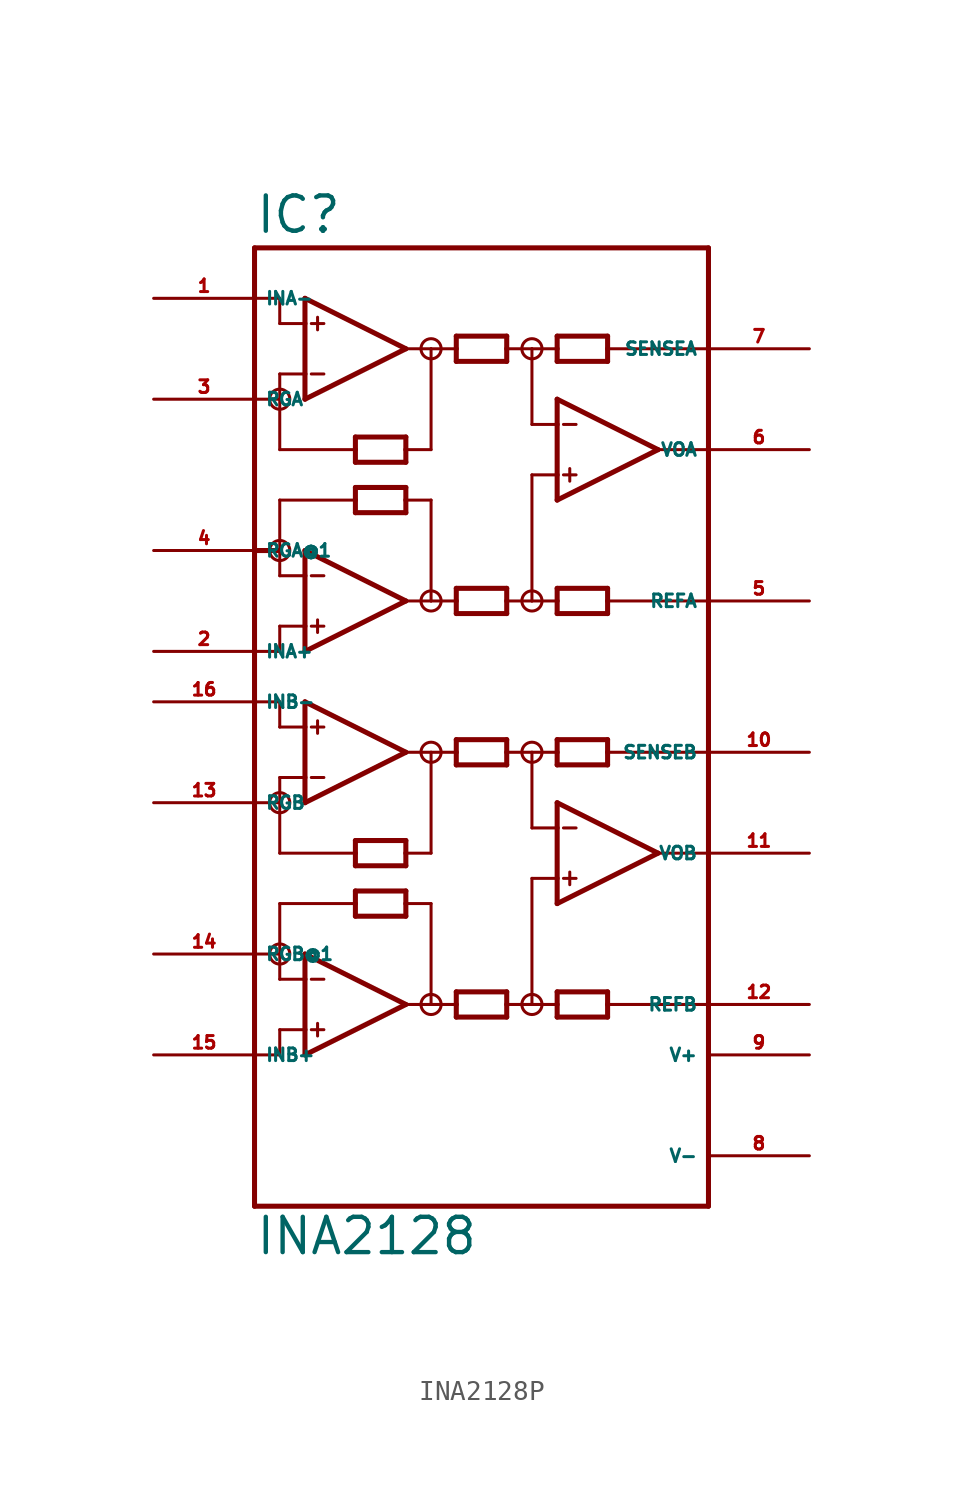
<source format=kicad_sym>
(kicad_symbol_lib
  (version 20220914)
  (generator Eagle2Kicad)
  (symbol "INA2128P"
    (property "Reference" "IC"
      (at -12.7 26.035 0)
      (effects (font (size 1.778 1.778) (thickness 0.22)) (justify left bottom)))
    (property "Value" "INA2128"
      (at -12.7 -25.4 0)
      (effects (font (size 1.778 1.778) (thickness 0.22)) (justify left bottom)))
    (polyline
      (pts (xy -10.16 17.78) (xy -10.16 19.05))
      (stroke (width 0.254) (type default))
      (fill (type none)))
    (polyline
      (pts (xy -10.16 19.05) (xy -10.16 21.59))
      (stroke (width 0.254) (type default))
      (fill (type none)))
    (polyline
      (pts (xy -10.16 21.59) (xy -10.16 22.86))
      (stroke (width 0.254) (type default))
      (fill (type none)))
    (polyline
      (pts (xy -10.16 22.86) (xy -5.08 20.32))
      (stroke (width 0.254) (type default))
      (fill (type none)))
    (polyline
      (pts (xy -5.08 20.32) (xy -10.16 17.78))
      (stroke (width 0.254) (type default))
      (fill (type none)))
    (polyline
      (pts (xy -5.08 14.605) (xy -5.08 15.24))
      (stroke (width 0.254) (type default))
      (fill (type none)))
    (polyline
      (pts (xy -5.08 15.24) (xy -5.08 15.875))
      (stroke (width 0.254) (type default))
      (fill (type none)))
    (polyline
      (pts (xy -5.08 15.875) (xy -7.62 15.875))
      (stroke (width 0.254) (type default))
      (fill (type none)))
    (polyline
      (pts (xy -7.62 15.875) (xy -7.62 15.24))
      (stroke (width 0.254) (type default))
      (fill (type none)))
    (polyline
      (pts (xy -7.62 15.24) (xy -7.62 14.605))
      (stroke (width 0.254) (type default))
      (fill (type none)))
    (polyline
      (pts (xy -7.62 14.605) (xy -5.08 14.605))
      (stroke (width 0.254) (type default))
      (fill (type none)))
    (polyline
      (pts (xy -2.54 19.685) (xy -2.54 20.32))
      (stroke (width 0.254) (type default))
      (fill (type none)))
    (polyline
      (pts (xy -2.54 20.32) (xy -2.54 20.955))
      (stroke (width 0.254) (type default))
      (fill (type none)))
    (polyline
      (pts (xy -2.54 20.955) (xy 0 20.955))
      (stroke (width 0.254) (type default))
      (fill (type none)))
    (polyline
      (pts (xy 0 20.955) (xy 0 20.32))
      (stroke (width 0.254) (type default))
      (fill (type none)))
    (polyline
      (pts (xy 0 20.32) (xy 0 19.685))
      (stroke (width 0.254) (type default))
      (fill (type none)))
    (polyline
      (pts (xy 0 19.685) (xy -2.54 19.685))
      (stroke (width 0.254) (type default))
      (fill (type none)))
    (polyline
      (pts (xy -10.16 21.59) (xy -11.43 21.59))
      (stroke (width 0.152) (type default))
      (fill (type none)))
    (polyline
      (pts (xy 5.08 20.955) (xy 5.08 20.32))
      (stroke (width 0.254) (type default))
      (fill (type none)))
    (polyline
      (pts (xy 5.08 20.32) (xy 5.08 19.685))
      (stroke (width 0.254) (type default))
      (fill (type none)))
    (polyline
      (pts (xy 5.08 19.685) (xy 2.54 19.685))
      (stroke (width 0.254) (type default))
      (fill (type none)))
    (polyline
      (pts (xy 2.54 19.685) (xy 2.54 20.32))
      (stroke (width 0.254) (type default))
      (fill (type none)))
    (polyline
      (pts (xy 2.54 20.32) (xy 2.54 20.955))
      (stroke (width 0.254) (type default))
      (fill (type none)))
    (polyline
      (pts (xy 2.54 20.955) (xy 5.08 20.955))
      (stroke (width 0.254) (type default))
      (fill (type none)))
    (polyline
      (pts (xy 2.54 8.255) (xy 2.54 7.62))
      (stroke (width 0.254) (type default))
      (fill (type none)))
    (polyline
      (pts (xy 2.54 7.62) (xy 2.54 6.985))
      (stroke (width 0.254) (type default))
      (fill (type none)))
    (polyline
      (pts (xy 2.54 6.985) (xy 5.08 6.985))
      (stroke (width 0.254) (type default))
      (fill (type none)))
    (polyline
      (pts (xy 5.08 6.985) (xy 5.08 7.62))
      (stroke (width 0.254) (type default))
      (fill (type none)))
    (polyline
      (pts (xy 5.08 7.62) (xy 5.08 8.255))
      (stroke (width 0.254) (type default))
      (fill (type none)))
    (polyline
      (pts (xy 5.08 8.255) (xy 2.54 8.255))
      (stroke (width 0.254) (type default))
      (fill (type none)))
    (polyline
      (pts (xy -10.16 19.05) (xy -11.43 19.05))
      (stroke (width 0.152) (type default))
      (fill (type none)))
    (polyline
      (pts (xy -9.842 21.59) (xy -9.207 21.59))
      (stroke (width 0.152) (type default))
      (fill (type none)))
    (polyline
      (pts (xy -9.842 19.05) (xy -9.207 19.05))
      (stroke (width 0.152) (type default))
      (fill (type none)))
    (polyline
      (pts (xy -9.525 21.907) (xy -9.525 21.273))
      (stroke (width 0.152) (type default))
      (fill (type none)))
    (polyline
      (pts (xy -10.16 5.08) (xy -10.16 6.35))
      (stroke (width 0.254) (type default))
      (fill (type none)))
    (polyline
      (pts (xy -10.16 6.35) (xy -10.16 8.89))
      (stroke (width 0.254) (type default))
      (fill (type none)))
    (polyline
      (pts (xy -10.16 8.89) (xy -10.16 10.16))
      (stroke (width 0.254) (type default))
      (fill (type none)))
    (polyline
      (pts (xy -10.16 10.16) (xy -5.08 7.62))
      (stroke (width 0.254) (type default))
      (fill (type none)))
    (polyline
      (pts (xy -5.08 7.62) (xy -10.16 5.08))
      (stroke (width 0.254) (type default))
      (fill (type none)))
    (polyline
      (pts (xy 0 6.985) (xy 0 7.62))
      (stroke (width 0.254) (type default))
      (fill (type none)))
    (polyline
      (pts (xy 0 7.62) (xy 0 8.255))
      (stroke (width 0.254) (type default))
      (fill (type none)))
    (polyline
      (pts (xy 0 8.255) (xy -2.54 8.255))
      (stroke (width 0.254) (type default))
      (fill (type none)))
    (polyline
      (pts (xy -2.54 8.255) (xy -2.54 7.62))
      (stroke (width 0.254) (type default))
      (fill (type none)))
    (polyline
      (pts (xy -2.54 7.62) (xy -2.54 6.985))
      (stroke (width 0.254) (type default))
      (fill (type none)))
    (polyline
      (pts (xy -2.54 6.985) (xy 0 6.985))
      (stroke (width 0.254) (type default))
      (fill (type none)))
    (polyline
      (pts (xy -7.62 12.065) (xy -7.62 12.7))
      (stroke (width 0.254) (type default))
      (fill (type none)))
    (polyline
      (pts (xy -7.62 12.7) (xy -7.62 13.335))
      (stroke (width 0.254) (type default))
      (fill (type none)))
    (polyline
      (pts (xy -7.62 13.335) (xy -5.08 13.335))
      (stroke (width 0.254) (type default))
      (fill (type none)))
    (polyline
      (pts (xy -5.08 13.335) (xy -5.08 12.7))
      (stroke (width 0.254) (type default))
      (fill (type none)))
    (polyline
      (pts (xy -5.08 12.7) (xy -5.08 12.065))
      (stroke (width 0.254) (type default))
      (fill (type none)))
    (polyline
      (pts (xy -5.08 12.065) (xy -7.62 12.065))
      (stroke (width 0.254) (type default))
      (fill (type none)))
    (polyline
      (pts (xy -10.16 8.89) (xy -11.43 8.89))
      (stroke (width 0.152) (type default))
      (fill (type none)))
    (polyline
      (pts (xy -10.16 6.35) (xy -11.43 6.35))
      (stroke (width 0.152) (type default))
      (fill (type none)))
    (polyline
      (pts (xy -9.842 8.89) (xy -9.207 8.89))
      (stroke (width 0.152) (type default))
      (fill (type none)))
    (polyline
      (pts (xy -9.842 6.35) (xy -9.207 6.35))
      (stroke (width 0.152) (type default))
      (fill (type none)))
    (polyline
      (pts (xy -9.525 6.668) (xy -9.525 6.032))
      (stroke (width 0.152) (type default))
      (fill (type none)))
    (polyline
      (pts (xy -11.43 21.59) (xy -11.43 22.86))
      (stroke (width 0.152) (type default))
      (fill (type none)))
    (polyline
      (pts (xy -11.43 22.86) (xy -12.7 22.86))
      (stroke (width 0.152) (type default))
      (fill (type none)))
    (polyline
      (pts (xy -11.43 19.05) (xy -11.43 17.78))
      (stroke (width 0.152) (type default))
      (fill (type none)))
    (polyline
      (pts (xy -11.43 17.78) (xy -12.7 17.78))
      (stroke (width 0.152) (type default))
      (fill (type none)))
    (polyline
      (pts (xy 2.54 12.7) (xy 2.54 13.97))
      (stroke (width 0.254) (type default))
      (fill (type none)))
    (polyline
      (pts (xy 2.54 13.97) (xy 2.54 16.51))
      (stroke (width 0.254) (type default))
      (fill (type none)))
    (polyline
      (pts (xy 2.54 16.51) (xy 2.54 17.78))
      (stroke (width 0.254) (type default))
      (fill (type none)))
    (polyline
      (pts (xy 2.54 17.78) (xy 7.62 15.24))
      (stroke (width 0.254) (type default))
      (fill (type none)))
    (polyline
      (pts (xy 7.62 15.24) (xy 2.54 12.7))
      (stroke (width 0.254) (type default))
      (fill (type none)))
    (polyline
      (pts (xy 2.54 13.97) (xy 1.27 13.97))
      (stroke (width 0.152) (type default))
      (fill (type none)))
    (polyline
      (pts (xy 2.857 16.51) (xy 3.493 16.51))
      (stroke (width 0.152) (type default))
      (fill (type none)))
    (polyline
      (pts (xy 2.857 13.97) (xy 3.493 13.97))
      (stroke (width 0.152) (type default))
      (fill (type none)))
    (polyline
      (pts (xy 3.175 14.287) (xy 3.175 13.652))
      (stroke (width 0.152) (type default))
      (fill (type none)))
    (polyline
      (pts (xy -5.08 20.32) (xy -3.81 20.32))
      (stroke (width 0.152) (type default))
      (fill (type none)))
    (polyline
      (pts (xy -3.81 20.32) (xy -2.54 20.32))
      (stroke (width 0.152) (type default))
      (fill (type none)))
    (polyline
      (pts (xy 0 20.32) (xy 1.27 20.32))
      (stroke (width 0.152) (type default))
      (fill (type none)))
    (polyline
      (pts (xy 1.27 20.32) (xy 2.54 20.32))
      (stroke (width 0.152) (type default))
      (fill (type none)))
    (polyline
      (pts (xy 7.62 15.24) (xy 10.16 15.24))
      (stroke (width 0.152) (type default))
      (fill (type none)))
    (polyline
      (pts (xy -11.43 17.78) (xy -11.43 15.24))
      (stroke (width 0.152) (type default))
      (fill (type none)))
    (polyline
      (pts (xy -11.43 15.24) (xy -7.62 15.24))
      (stroke (width 0.152) (type default))
      (fill (type none)))
    (polyline
      (pts (xy -3.81 20.32) (xy -3.81 15.24))
      (stroke (width 0.152) (type default))
      (fill (type none)))
    (polyline
      (pts (xy -3.81 15.24) (xy -5.08 15.24))
      (stroke (width 0.152) (type default))
      (fill (type none)))
    (polyline
      (pts (xy 1.27 20.32) (xy 1.27 16.51))
      (stroke (width 0.152) (type default))
      (fill (type none)))
    (polyline
      (pts (xy 1.27 16.51) (xy 2.54 16.51))
      (stroke (width 0.152) (type default))
      (fill (type none)))
    (polyline
      (pts (xy -7.62 12.7) (xy -11.43 12.7))
      (stroke (width 0.152) (type default))
      (fill (type none)))
    (polyline
      (pts (xy -11.43 12.7) (xy -11.43 10.16))
      (stroke (width 0.152) (type default))
      (fill (type none)))
    (polyline
      (pts (xy -11.43 10.16) (xy -11.43 8.89))
      (stroke (width 0.152) (type default))
      (fill (type none)))
    (polyline
      (pts (xy -5.08 12.7) (xy -3.81 12.7))
      (stroke (width 0.152) (type default))
      (fill (type none)))
    (polyline
      (pts (xy -3.81 12.7) (xy -3.81 7.62))
      (stroke (width 0.152) (type default))
      (fill (type none)))
    (polyline
      (pts (xy -3.81 7.62) (xy -5.08 7.62))
      (stroke (width 0.152) (type default))
      (fill (type none)))
    (polyline
      (pts (xy -3.81 7.62) (xy -2.54 7.62))
      (stroke (width 0.152) (type default))
      (fill (type none)))
    (polyline
      (pts (xy 0 7.62) (xy 1.27 7.62))
      (stroke (width 0.152) (type default))
      (fill (type none)))
    (polyline
      (pts (xy 1.27 7.62) (xy 2.54 7.62))
      (stroke (width 0.152) (type default))
      (fill (type none)))
    (polyline
      (pts (xy -11.43 6.35) (xy -11.43 5.08))
      (stroke (width 0.152) (type default))
      (fill (type none)))
    (polyline
      (pts (xy -11.43 5.08) (xy -12.7 5.08))
      (stroke (width 0.152) (type default))
      (fill (type none)))
    (polyline
      (pts (xy -12.7 10.16) (xy -11.43 10.16))
      (stroke (width 0.254) (type default))
      (fill (type none)))
    (polyline
      (pts (xy 1.27 13.97) (xy 1.27 7.62))
      (stroke (width 0.152) (type default))
      (fill (type none)))
    (polyline
      (pts (xy 5.08 7.62) (xy 10.16 7.62))
      (stroke (width 0.152) (type default))
      (fill (type none)))
    (polyline
      (pts (xy 10.16 20.32) (xy 5.08 20.32))
      (stroke (width 0.152) (type default))
      (fill (type none)))
    (polyline
      (pts (xy -10.16 -2.54) (xy -10.16 -1.27))
      (stroke (width 0.254) (type default))
      (fill (type none)))
    (polyline
      (pts (xy -10.16 -1.27) (xy -10.16 1.27))
      (stroke (width 0.254) (type default))
      (fill (type none)))
    (polyline
      (pts (xy -10.16 1.27) (xy -10.16 2.54))
      (stroke (width 0.254) (type default))
      (fill (type none)))
    (polyline
      (pts (xy -10.16 2.54) (xy -5.08 0))
      (stroke (width 0.254) (type default))
      (fill (type none)))
    (polyline
      (pts (xy -5.08 0) (xy -10.16 -2.54))
      (stroke (width 0.254) (type default))
      (fill (type none)))
    (polyline
      (pts (xy -5.08 -5.715) (xy -5.08 -5.08))
      (stroke (width 0.254) (type default))
      (fill (type none)))
    (polyline
      (pts (xy -5.08 -5.08) (xy -5.08 -4.445))
      (stroke (width 0.254) (type default))
      (fill (type none)))
    (polyline
      (pts (xy -5.08 -4.445) (xy -7.62 -4.445))
      (stroke (width 0.254) (type default))
      (fill (type none)))
    (polyline
      (pts (xy -7.62 -4.445) (xy -7.62 -5.08))
      (stroke (width 0.254) (type default))
      (fill (type none)))
    (polyline
      (pts (xy -7.62 -5.08) (xy -7.62 -5.715))
      (stroke (width 0.254) (type default))
      (fill (type none)))
    (polyline
      (pts (xy -7.62 -5.715) (xy -5.08 -5.715))
      (stroke (width 0.254) (type default))
      (fill (type none)))
    (polyline
      (pts (xy -2.54 -0.635) (xy -2.54 0))
      (stroke (width 0.254) (type default))
      (fill (type none)))
    (polyline
      (pts (xy -2.54 0) (xy -2.54 0.635))
      (stroke (width 0.254) (type default))
      (fill (type none)))
    (polyline
      (pts (xy -2.54 0.635) (xy 0 0.635))
      (stroke (width 0.254) (type default))
      (fill (type none)))
    (polyline
      (pts (xy 0 0.635) (xy 0 0))
      (stroke (width 0.254) (type default))
      (fill (type none)))
    (polyline
      (pts (xy 0 0) (xy 0 -0.635))
      (stroke (width 0.254) (type default))
      (fill (type none)))
    (polyline
      (pts (xy 0 -0.635) (xy -2.54 -0.635))
      (stroke (width 0.254) (type default))
      (fill (type none)))
    (polyline
      (pts (xy -10.16 1.27) (xy -11.43 1.27))
      (stroke (width 0.152) (type default))
      (fill (type none)))
    (polyline
      (pts (xy 5.08 0.635) (xy 5.08 0))
      (stroke (width 0.254) (type default))
      (fill (type none)))
    (polyline
      (pts (xy 5.08 0) (xy 5.08 -0.635))
      (stroke (width 0.254) (type default))
      (fill (type none)))
    (polyline
      (pts (xy 5.08 -0.635) (xy 2.54 -0.635))
      (stroke (width 0.254) (type default))
      (fill (type none)))
    (polyline
      (pts (xy 2.54 -0.635) (xy 2.54 0))
      (stroke (width 0.254) (type default))
      (fill (type none)))
    (polyline
      (pts (xy 2.54 0) (xy 2.54 0.635))
      (stroke (width 0.254) (type default))
      (fill (type none)))
    (polyline
      (pts (xy 2.54 0.635) (xy 5.08 0.635))
      (stroke (width 0.254) (type default))
      (fill (type none)))
    (polyline
      (pts (xy 2.54 -12.065) (xy 2.54 -12.7))
      (stroke (width 0.254) (type default))
      (fill (type none)))
    (polyline
      (pts (xy 2.54 -12.7) (xy 2.54 -13.335))
      (stroke (width 0.254) (type default))
      (fill (type none)))
    (polyline
      (pts (xy 2.54 -13.335) (xy 5.08 -13.335))
      (stroke (width 0.254) (type default))
      (fill (type none)))
    (polyline
      (pts (xy 5.08 -13.335) (xy 5.08 -12.7))
      (stroke (width 0.254) (type default))
      (fill (type none)))
    (polyline
      (pts (xy 5.08 -12.7) (xy 5.08 -12.065))
      (stroke (width 0.254) (type default))
      (fill (type none)))
    (polyline
      (pts (xy 5.08 -12.065) (xy 2.54 -12.065))
      (stroke (width 0.254) (type default))
      (fill (type none)))
    (polyline
      (pts (xy -10.16 -1.27) (xy -11.43 -1.27))
      (stroke (width 0.152) (type default))
      (fill (type none)))
    (polyline
      (pts (xy -9.842 1.27) (xy -9.207 1.27))
      (stroke (width 0.152) (type default))
      (fill (type none)))
    (polyline
      (pts (xy -9.842 -1.27) (xy -9.207 -1.27))
      (stroke (width 0.152) (type default))
      (fill (type none)))
    (polyline
      (pts (xy -9.525 1.587) (xy -9.525 0.953))
      (stroke (width 0.152) (type default))
      (fill (type none)))
    (polyline
      (pts (xy -10.16 -15.24) (xy -10.16 -13.97))
      (stroke (width 0.254) (type default))
      (fill (type none)))
    (polyline
      (pts (xy -10.16 -13.97) (xy -10.16 -11.43))
      (stroke (width 0.254) (type default))
      (fill (type none)))
    (polyline
      (pts (xy -10.16 -11.43) (xy -10.16 -10.16))
      (stroke (width 0.254) (type default))
      (fill (type none)))
    (polyline
      (pts (xy -10.16 -10.16) (xy -5.08 -12.7))
      (stroke (width 0.254) (type default))
      (fill (type none)))
    (polyline
      (pts (xy -5.08 -12.7) (xy -10.16 -15.24))
      (stroke (width 0.254) (type default))
      (fill (type none)))
    (polyline
      (pts (xy 0 -13.335) (xy 0 -12.7))
      (stroke (width 0.254) (type default))
      (fill (type none)))
    (polyline
      (pts (xy 0 -12.7) (xy 0 -12.065))
      (stroke (width 0.254) (type default))
      (fill (type none)))
    (polyline
      (pts (xy 0 -12.065) (xy -2.54 -12.065))
      (stroke (width 0.254) (type default))
      (fill (type none)))
    (polyline
      (pts (xy -2.54 -12.065) (xy -2.54 -12.7))
      (stroke (width 0.254) (type default))
      (fill (type none)))
    (polyline
      (pts (xy -2.54 -12.7) (xy -2.54 -13.335))
      (stroke (width 0.254) (type default))
      (fill (type none)))
    (polyline
      (pts (xy -2.54 -13.335) (xy 0 -13.335))
      (stroke (width 0.254) (type default))
      (fill (type none)))
    (polyline
      (pts (xy -7.62 -8.255) (xy -7.62 -7.62))
      (stroke (width 0.254) (type default))
      (fill (type none)))
    (polyline
      (pts (xy -7.62 -7.62) (xy -7.62 -6.985))
      (stroke (width 0.254) (type default))
      (fill (type none)))
    (polyline
      (pts (xy -7.62 -6.985) (xy -5.08 -6.985))
      (stroke (width 0.254) (type default))
      (fill (type none)))
    (polyline
      (pts (xy -5.08 -6.985) (xy -5.08 -7.62))
      (stroke (width 0.254) (type default))
      (fill (type none)))
    (polyline
      (pts (xy -5.08 -7.62) (xy -5.08 -8.255))
      (stroke (width 0.254) (type default))
      (fill (type none)))
    (polyline
      (pts (xy -5.08 -8.255) (xy -7.62 -8.255))
      (stroke (width 0.254) (type default))
      (fill (type none)))
    (polyline
      (pts (xy -10.16 -11.43) (xy -11.43 -11.43))
      (stroke (width 0.152) (type default))
      (fill (type none)))
    (polyline
      (pts (xy -10.16 -13.97) (xy -11.43 -13.97))
      (stroke (width 0.152) (type default))
      (fill (type none)))
    (polyline
      (pts (xy -9.842 -11.43) (xy -9.207 -11.43))
      (stroke (width 0.152) (type default))
      (fill (type none)))
    (polyline
      (pts (xy -9.842 -13.97) (xy -9.207 -13.97))
      (stroke (width 0.152) (type default))
      (fill (type none)))
    (polyline
      (pts (xy -9.525 -13.652) (xy -9.525 -14.287))
      (stroke (width 0.152) (type default))
      (fill (type none)))
    (polyline
      (pts (xy -11.43 1.27) (xy -11.43 2.54))
      (stroke (width 0.152) (type default))
      (fill (type none)))
    (polyline
      (pts (xy -11.43 2.54) (xy -12.7 2.54))
      (stroke (width 0.152) (type default))
      (fill (type none)))
    (polyline
      (pts (xy -11.43 -1.27) (xy -11.43 -2.54))
      (stroke (width 0.152) (type default))
      (fill (type none)))
    (polyline
      (pts (xy -11.43 -2.54) (xy -12.7 -2.54))
      (stroke (width 0.152) (type default))
      (fill (type none)))
    (polyline
      (pts (xy 2.54 -7.62) (xy 2.54 -6.35))
      (stroke (width 0.254) (type default))
      (fill (type none)))
    (polyline
      (pts (xy 2.54 -6.35) (xy 2.54 -3.81))
      (stroke (width 0.254) (type default))
      (fill (type none)))
    (polyline
      (pts (xy 2.54 -3.81) (xy 2.54 -2.54))
      (stroke (width 0.254) (type default))
      (fill (type none)))
    (polyline
      (pts (xy 2.54 -2.54) (xy 7.62 -5.08))
      (stroke (width 0.254) (type default))
      (fill (type none)))
    (polyline
      (pts (xy 7.62 -5.08) (xy 2.54 -7.62))
      (stroke (width 0.254) (type default))
      (fill (type none)))
    (polyline
      (pts (xy 2.54 -6.35) (xy 1.27 -6.35))
      (stroke (width 0.152) (type default))
      (fill (type none)))
    (polyline
      (pts (xy 2.857 -3.81) (xy 3.493 -3.81))
      (stroke (width 0.152) (type default))
      (fill (type none)))
    (polyline
      (pts (xy 2.857 -6.35) (xy 3.493 -6.35))
      (stroke (width 0.152) (type default))
      (fill (type none)))
    (polyline
      (pts (xy 3.175 -6.032) (xy 3.175 -6.668))
      (stroke (width 0.152) (type default))
      (fill (type none)))
    (polyline
      (pts (xy -5.08 0) (xy -3.81 0))
      (stroke (width 0.152) (type default))
      (fill (type none)))
    (polyline
      (pts (xy -3.81 0) (xy -2.54 0))
      (stroke (width 0.152) (type default))
      (fill (type none)))
    (polyline
      (pts (xy 0 0) (xy 1.27 0))
      (stroke (width 0.152) (type default))
      (fill (type none)))
    (polyline
      (pts (xy 1.27 0) (xy 2.54 0))
      (stroke (width 0.152) (type default))
      (fill (type none)))
    (polyline
      (pts (xy 7.62 -5.08) (xy 10.16 -5.08))
      (stroke (width 0.152) (type default))
      (fill (type none)))
    (polyline
      (pts (xy -11.43 -2.54) (xy -11.43 -5.08))
      (stroke (width 0.152) (type default))
      (fill (type none)))
    (polyline
      (pts (xy -11.43 -5.08) (xy -7.62 -5.08))
      (stroke (width 0.152) (type default))
      (fill (type none)))
    (polyline
      (pts (xy -3.81 0) (xy -3.81 -5.08))
      (stroke (width 0.152) (type default))
      (fill (type none)))
    (polyline
      (pts (xy -3.81 -5.08) (xy -5.08 -5.08))
      (stroke (width 0.152) (type default))
      (fill (type none)))
    (polyline
      (pts (xy 1.27 0) (xy 1.27 -3.81))
      (stroke (width 0.152) (type default))
      (fill (type none)))
    (polyline
      (pts (xy 1.27 -3.81) (xy 2.54 -3.81))
      (stroke (width 0.152) (type default))
      (fill (type none)))
    (polyline
      (pts (xy -7.62 -7.62) (xy -11.43 -7.62))
      (stroke (width 0.152) (type default))
      (fill (type none)))
    (polyline
      (pts (xy -11.43 -7.62) (xy -11.43 -10.16))
      (stroke (width 0.152) (type default))
      (fill (type none)))
    (polyline
      (pts (xy -11.43 -10.16) (xy -11.43 -11.43))
      (stroke (width 0.152) (type default))
      (fill (type none)))
    (polyline
      (pts (xy -5.08 -7.62) (xy -3.81 -7.62))
      (stroke (width 0.152) (type default))
      (fill (type none)))
    (polyline
      (pts (xy -3.81 -7.62) (xy -3.81 -12.7))
      (stroke (width 0.152) (type default))
      (fill (type none)))
    (polyline
      (pts (xy -3.81 -12.7) (xy -5.08 -12.7))
      (stroke (width 0.152) (type default))
      (fill (type none)))
    (polyline
      (pts (xy -3.81 -12.7) (xy -2.54 -12.7))
      (stroke (width 0.152) (type default))
      (fill (type none)))
    (polyline
      (pts (xy 0 -12.7) (xy 1.27 -12.7))
      (stroke (width 0.152) (type default))
      (fill (type none)))
    (polyline
      (pts (xy 1.27 -12.7) (xy 2.54 -12.7))
      (stroke (width 0.152) (type default))
      (fill (type none)))
    (polyline
      (pts (xy -11.43 -13.97) (xy -11.43 -15.24))
      (stroke (width 0.152) (type default))
      (fill (type none)))
    (polyline
      (pts (xy -11.43 -15.24) (xy -12.7 -15.24))
      (stroke (width 0.152) (type default))
      (fill (type none)))
    (polyline
      (pts (xy -12.7 -10.16) (xy -11.43 -10.16))
      (stroke (width 0.152) (type default))
      (fill (type none)))
    (polyline
      (pts (xy 1.27 -6.35) (xy 1.27 -12.7))
      (stroke (width 0.152) (type default))
      (fill (type none)))
    (polyline
      (pts (xy 5.08 -12.7) (xy 10.16 -12.7))
      (stroke (width 0.152) (type default))
      (fill (type none)))
    (polyline
      (pts (xy 10.16 0) (xy 5.08 0))
      (stroke (width 0.152) (type default))
      (fill (type none)))
    (polyline
      (pts (xy -12.7 -22.86) (xy -12.7 25.4))
      (stroke (width 0.254) (type default))
      (fill (type none)))
    (polyline
      (pts (xy -12.7 25.4) (xy 10.16 25.4))
      (stroke (width 0.254) (type default))
      (fill (type none)))
    (polyline
      (pts (xy 10.16 25.4) (xy 10.16 -22.86))
      (stroke (width 0.254) (type default))
      (fill (type none)))
    (polyline
      (pts (xy 10.16 -22.86) (xy -12.7 -22.86))
      (stroke (width 0.254) (type default))
      (fill (type none)))
    (circle
      (center -11.43 17.78)
      (radius 0.508)
      (stroke (width 0) (type default))
      (fill (type none)))
    (circle
      (center -3.81 20.32)
      (radius 0.508)
      (stroke (width 0) (type default))
      (fill (type none)))
    (circle
      (center 1.27 20.32)
      (radius 0.508)
      (stroke (width 0) (type default))
      (fill (type none)))
    (circle
      (center -11.43 10.16)
      (radius 0.508)
      (stroke (width 0) (type default))
      (fill (type none)))
    (circle
      (center -3.81 7.62)
      (radius 0.508)
      (stroke (width 0) (type default))
      (fill (type none)))
    (circle
      (center 1.27 7.62)
      (radius 0.508)
      (stroke (width 0) (type default))
      (fill (type none)))
    (circle
      (center -11.43 -2.54)
      (radius 0.508)
      (stroke (width 0) (type default))
      (fill (type none)))
    (circle
      (center -3.81 0)
      (radius 0.508)
      (stroke (width 0) (type default))
      (fill (type none)))
    (circle
      (center 1.27 0)
      (radius 0.508)
      (stroke (width 0) (type default))
      (fill (type none)))
    (circle
      (center -11.43 -10.16)
      (radius 0.508)
      (stroke (width 0) (type default))
      (fill (type none)))
    (circle
      (center -3.81 -12.7)
      (radius 0.508)
      (stroke (width 0) (type default))
      (fill (type none)))
    (circle
      (center 1.27 -12.7)
      (radius 0.508)
      (stroke (width 0) (type default))
      (fill (type none)))
    (pin input line
      (at -17.78 22.86 0)
      (length 5.08)
      (name "INA-" (effects (font (size 0.635 0.635) (thickness 0.08)) (justify left bottom)))
      (number "1" (effects (font (size 0.635 0.635) (thickness 0.08)) (justify left bottom))))
    (pin input line
      (at -17.78 5.08 0)
      (length 5.08)
      (name "INA+" (effects (font (size 0.635 0.635) (thickness 0.08)) (justify left bottom)))
      (number "2" (effects (font (size 0.635 0.635) (thickness 0.08)) (justify left bottom))))
    (pin input line
      (at -17.78 2.54 0)
      (length 5.08)
      (name "INB-" (effects (font (size 0.635 0.635) (thickness 0.08)) (justify left bottom)))
      (number "16" (effects (font (size 0.635 0.635) (thickness 0.08)) (justify left bottom))))
    (pin input line
      (at -17.78 -15.24 0)
      (length 5.08)
      (name "INB+" (effects (font (size 0.635 0.635) (thickness 0.08)) (justify left bottom)))
      (number "15" (effects (font (size 0.635 0.635) (thickness 0.08)) (justify left bottom))))
    (pin unspecified line
      (at 15.24 -15.24 180)
      (length 5.08)
      (name "V+" (effects (font (size 0.635 0.635) (thickness 0.08)) (justify left bottom)))
      (number "9" (effects (font (size 0.635 0.635) (thickness 0.08)) (justify left bottom))))
    (pin unspecified line
      (at 15.24 -20.32 180)
      (length 5.08)
      (name "V-" (effects (font (size 0.635 0.635) (thickness 0.08)) (justify left bottom)))
      (number "8" (effects (font (size 0.635 0.635) (thickness 0.08)) (justify left bottom))))
    (pin passive line
      (at -17.78 17.78 0)
      (length 5.08)
      (name "RGA" (effects (font (size 0.635 0.635) (thickness 0.08)) (justify left bottom)))
      (number "3" (effects (font (size 0.635 0.635) (thickness 0.08)) (justify left bottom))))
    (pin passive line
      (at -17.78 10.16 0)
      (length 5.08)
      (name "RGA@1" (effects (font (size 0.635 0.635) (thickness 0.08)) (justify left bottom)))
      (number "4" (effects (font (size 0.635 0.635) (thickness 0.08)) (justify left bottom))))
    (pin passive line
      (at -17.78 -2.54 0)
      (length 5.08)
      (name "RGB" (effects (font (size 0.635 0.635) (thickness 0.08)) (justify left bottom)))
      (number "13" (effects (font (size 0.635 0.635) (thickness 0.08)) (justify left bottom))))
    (pin passive line
      (at -17.78 -10.16 0)
      (length 5.08)
      (name "RGB@1" (effects (font (size 0.635 0.635) (thickness 0.08)) (justify left bottom)))
      (number "14" (effects (font (size 0.635 0.635) (thickness 0.08)) (justify left bottom))))
    (pin output line
      (at 15.24 15.24 180)
      (length 5.08)
      (name "VOA" (effects (font (size 0.635 0.635) (thickness 0.08)) (justify left bottom)))
      (number "6" (effects (font (size 0.635 0.635) (thickness 0.08)) (justify left bottom))))
    (pin output line
      (at 15.24 -5.08 180)
      (length 5.08)
      (name "VOB" (effects (font (size 0.635 0.635) (thickness 0.08)) (justify left bottom)))
      (number "11" (effects (font (size 0.635 0.635) (thickness 0.08)) (justify left bottom))))
    (pin input line
      (at 15.24 7.62 180)
      (length 5.08)
      (name "REFA" (effects (font (size 0.635 0.635) (thickness 0.08)) (justify left bottom)))
      (number "5" (effects (font (size 0.635 0.635) (thickness 0.08)) (justify left bottom))))
    (pin input line
      (at 15.24 -12.7 180)
      (length 5.08)
      (name "REFB" (effects (font (size 0.635 0.635) (thickness 0.08)) (justify left bottom)))
      (number "12" (effects (font (size 0.635 0.635) (thickness 0.08)) (justify left bottom))))
    (pin input line
      (at 15.24 20.32 180)
      (length 5.08)
      (name "SENSEA" (effects (font (size 0.635 0.635) (thickness 0.08)) (justify left bottom)))
      (number "7" (effects (font (size 0.635 0.635) (thickness 0.08)) (justify left bottom))))
    (pin input line
      (at 15.24 0 180)
      (length 5.08)
      (name "SENSEB" (effects (font (size 0.635 0.635) (thickness 0.08)) (justify left bottom)))
      (number "10" (effects (font (size 0.635 0.635) (thickness 0.08)) (justify left bottom))))))
</source>
